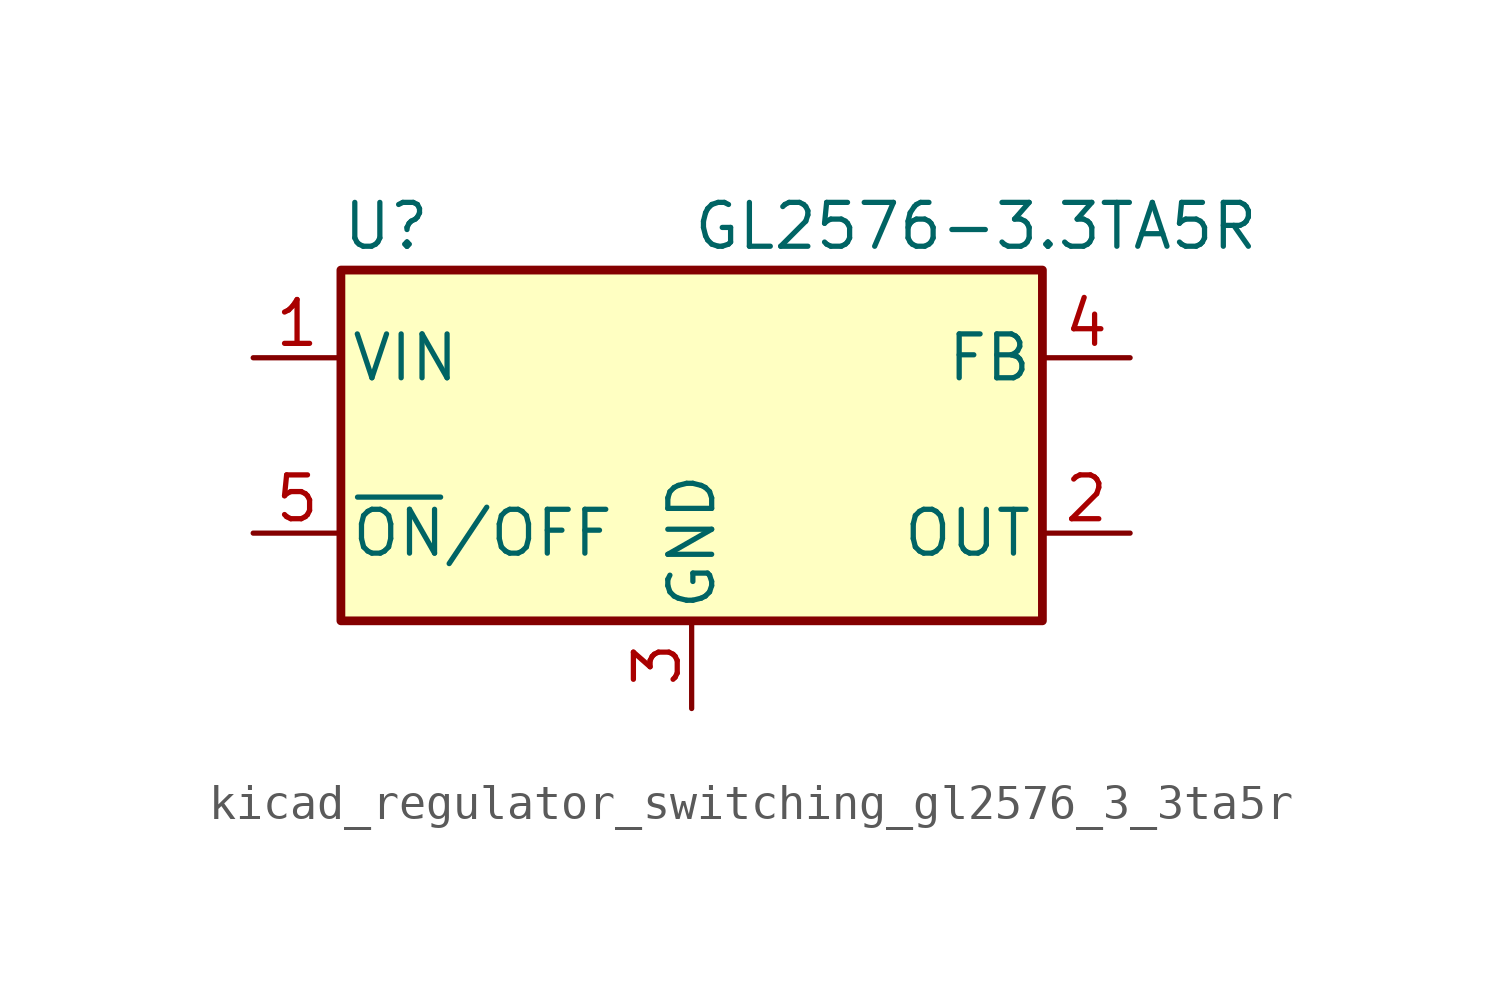
<source format=kicad_sym>
(kicad_symbol_lib
  (version 20220914)
  (generator kicad_symbol_editor)
  (symbol "kicad_regulator_switching_gl2576_3_3ta5r"
    (pin_names
      (offset 0.254))
    (property "Reference" "U"
      (at -10.16 6.35 0)
      (effects (font (size 1.27 1.27)) (justify left)))
    (property "Value" "GL2576-3.3TA5R"
      (at 0 6.35 0)
      (effects (font (size 1.27 1.27)) (justify left)))
    (symbol "kicad_regulator_switching_gl2576_3_3ta5r_0_1"
      (rectangle (start -10.16 5.08) (end 10.16 -5.08) (stroke (width 0.254) (type default)) (fill (type background))))
    (symbol "kicad_regulator_switching_gl2576_3_3ta5r_1_1"
      (pin power_in line (at -12.7 2.54 0) (length 2.54) (name "VIN" (effects (font (size 1.27 1.27)))) (number "1" (effects (font (size 1.27 1.27)))))
      (pin output line (at 12.7 -2.54 180) (length 2.54) (name "OUT" (effects (font (size 1.27 1.27)))) (number "2" (effects (font (size 1.27 1.27)))))
      (pin power_in line (at 0 -7.62 90) (length 2.54) (name "GND" (effects (font (size 1.27 1.27)))) (number "3" (effects (font (size 1.27 1.27)))))
      (pin input line (at 12.7 2.54 180) (length 2.54) (name "FB" (effects (font (size 1.27 1.27)))) (number "4" (effects (font (size 1.27 1.27)))))
      (pin input line (at -12.7 -2.54 0) (length 2.54) (name "~{ON}/OFF" (effects (font (size 1.27 1.27)))) (number "5" (effects (font (size 1.27 1.27))))))))
</source>
